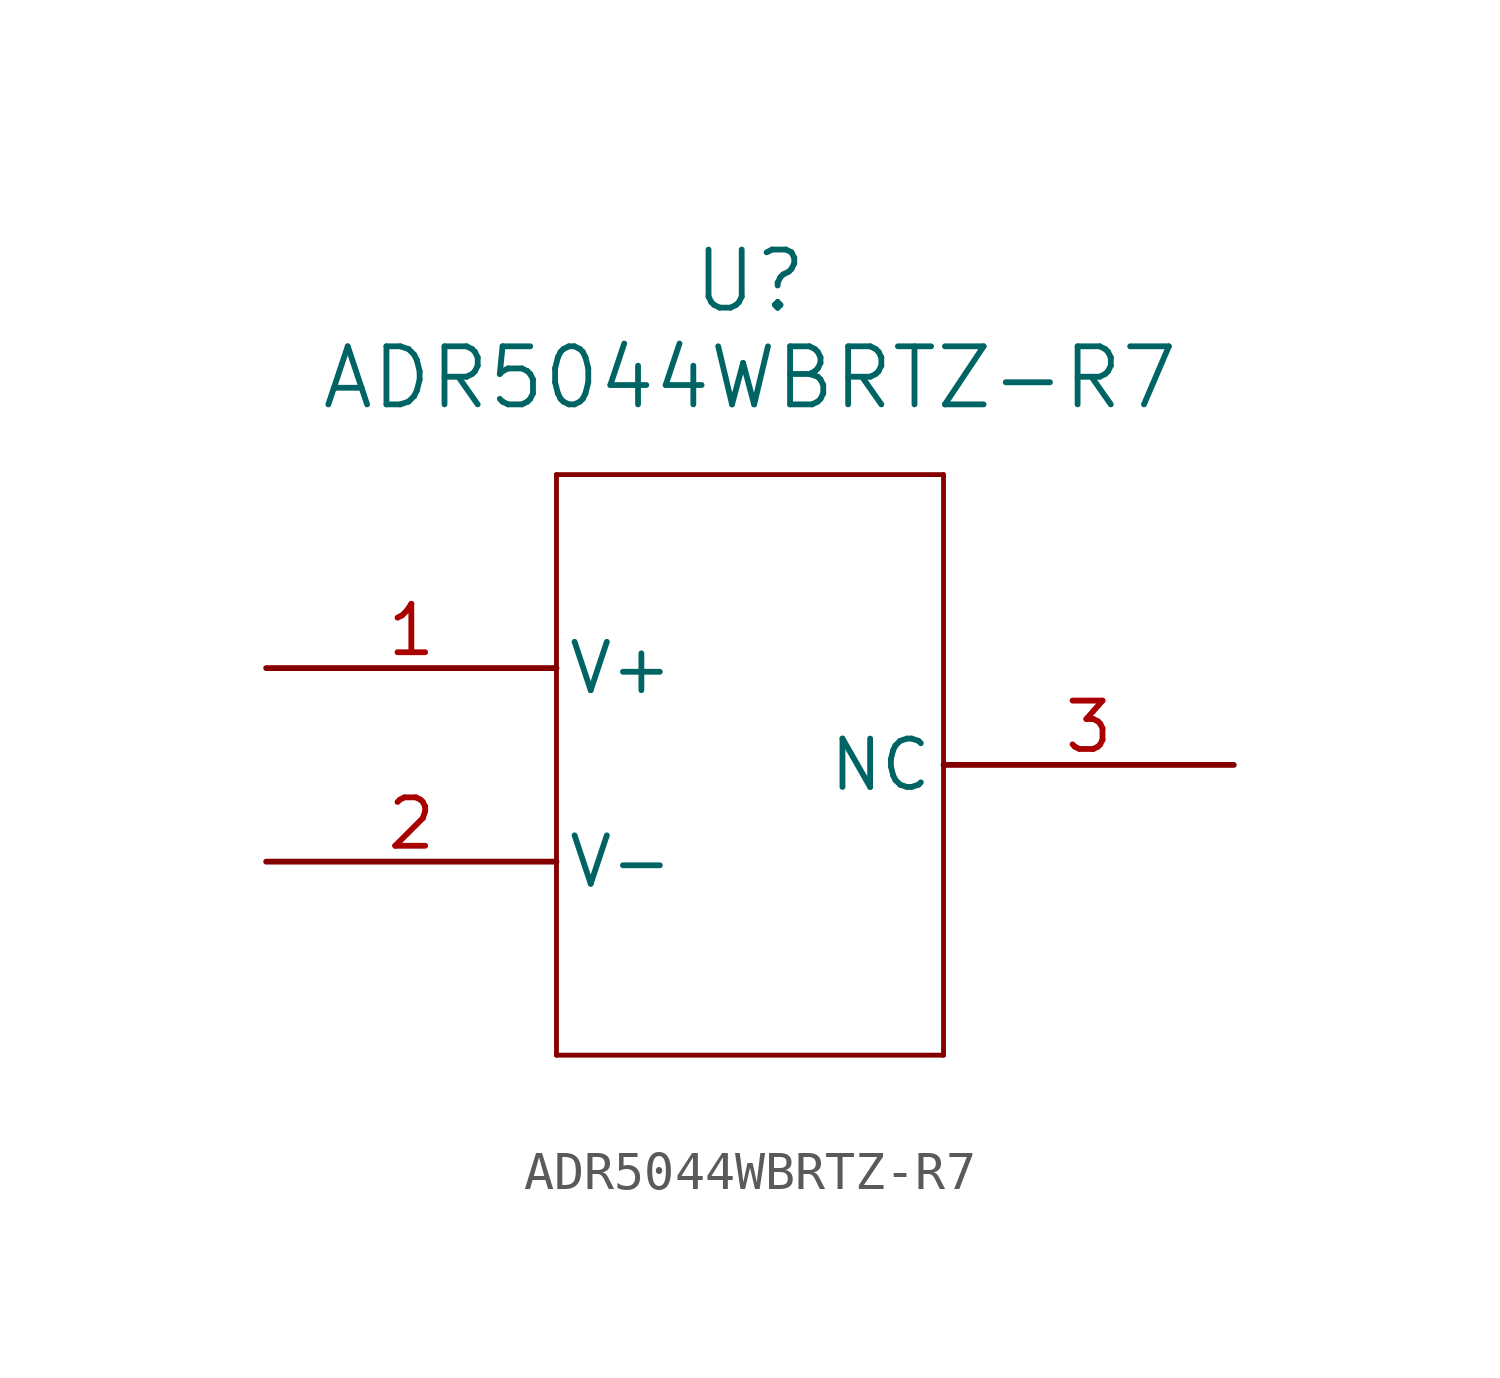
<source format=kicad_sym>
(kicad_symbol_lib
  (version 20220914)
  (generator kicad_symbol_editor)
  (symbol "ADR5044WBRTZ-R7"
    (pin_names
      (offset 0.254))
    (property "Reference" "U"
      (at 12.7 10.16 0)
      (effects (font (size 1.524 1.524))))
    (property "Value" "ADR5044WBRTZ-R7"
      (at 12.7 7.62 0)
      (effects (font (size 1.524 1.524))))
    (symbol "ADR5044WBRTZ-R7_0_1"
      (polyline (pts (xy 7.62 -10.16) (xy 17.78 -10.16)) (stroke (width 0.127) (type default)) (fill (type none)))
      (polyline (pts (xy 7.62 5.08) (xy 7.62 -10.16)) (stroke (width 0.127) (type default)) (fill (type none)))
      (polyline (pts (xy 17.78 -10.16) (xy 17.78 5.08)) (stroke (width 0.127) (type default)) (fill (type none)))
      (polyline (pts (xy 17.78 5.08) (xy 7.62 5.08)) (stroke (width 0.127) (type default)) (fill (type none)))
      (pin unspecified line (at 0 0 0) (length 7.62) (name "V+" (effects (font (size 1.27 1.27)))) (number "1" (effects (font (size 1.27 1.27)))))
      (pin unspecified line (at 0 -5.08 0) (length 7.62) (name "V-" (effects (font (size 1.27 1.27)))) (number "2" (effects (font (size 1.27 1.27)))))
      (pin unspecified line (at 25.4 -2.54 180) (length 7.62) (name "NC" (effects (font (size 1.27 1.27)))) (number "3" (effects (font (size 1.27 1.27))))))))
</source>
